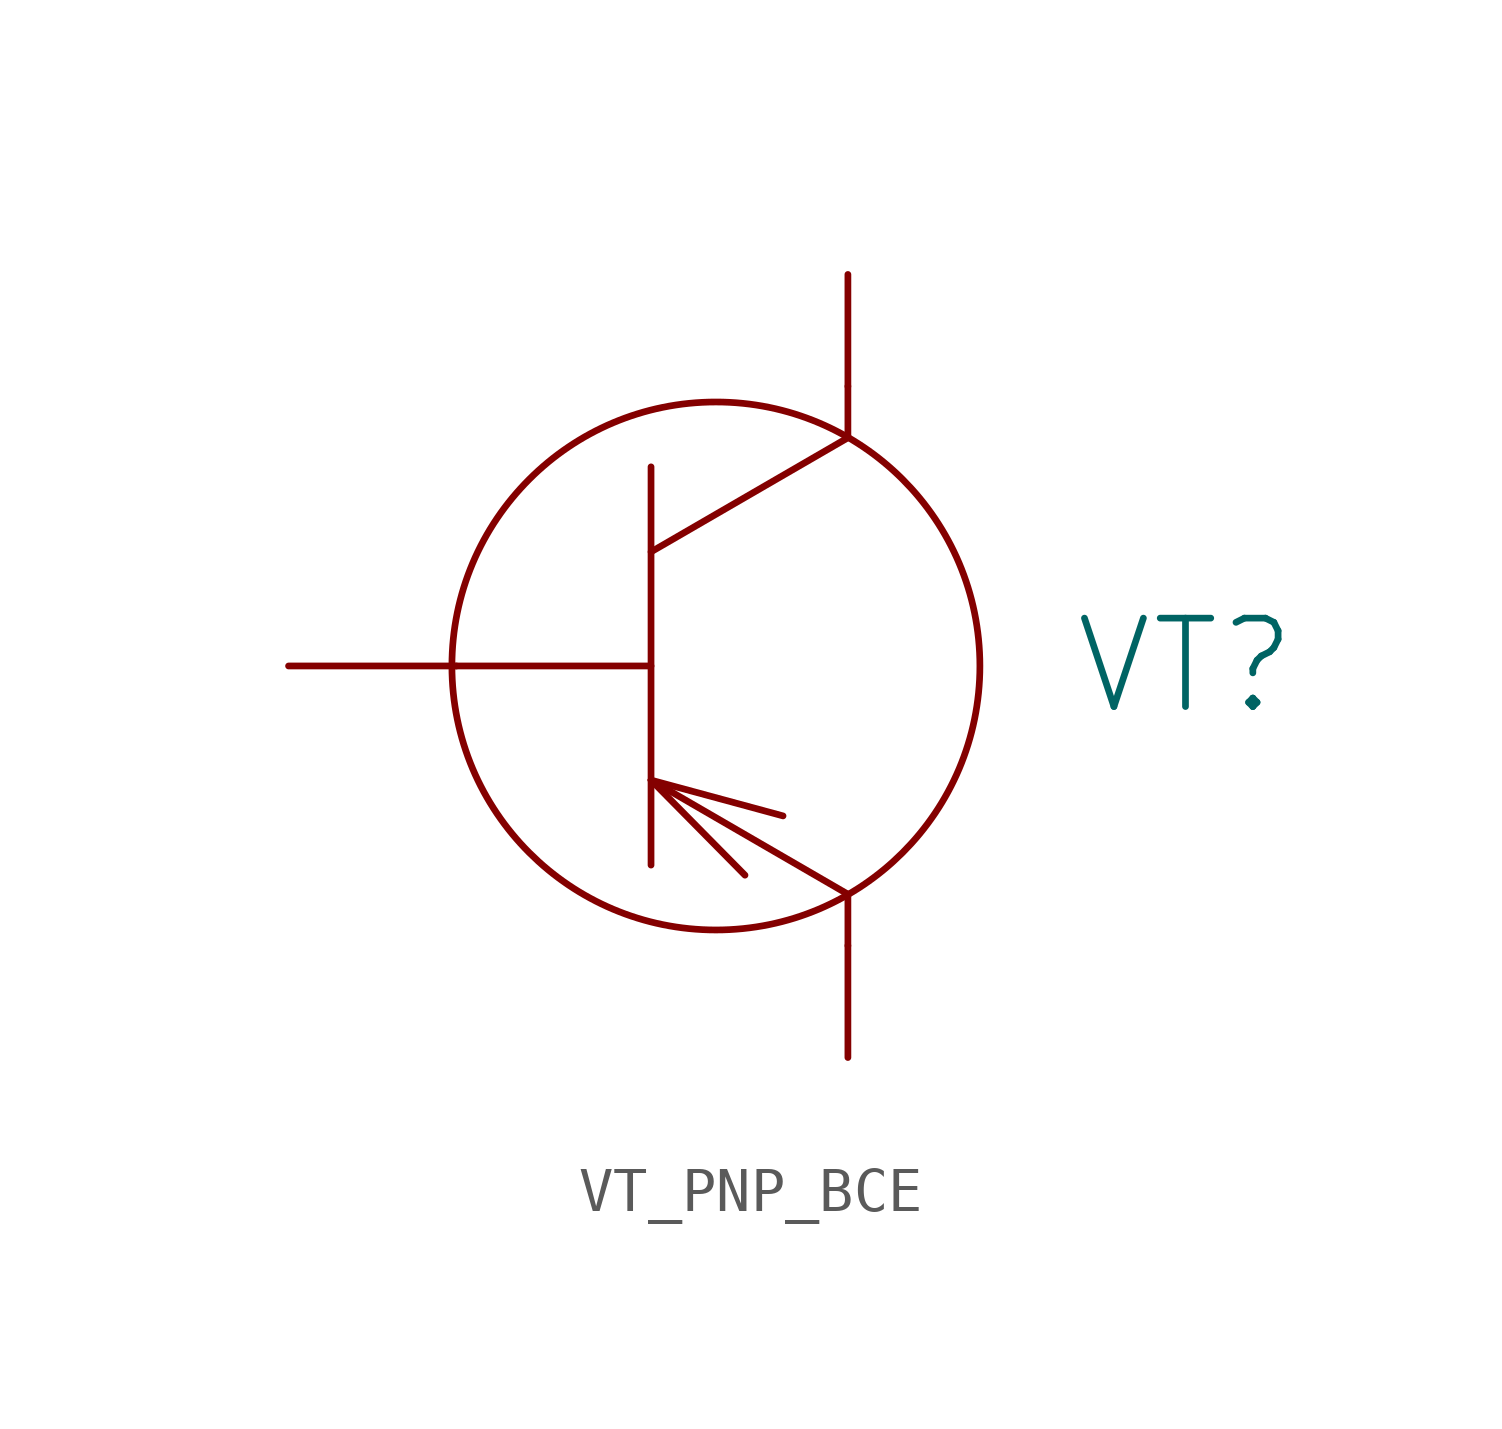
<source format=kicad_sym>
(kicad_symbol_lib
  (version 20231120)
  (generator "kicad_symbol_editor")
  (generator_version "8.0")
  (symbol "VT_PNP_BCE"
    (pin_numbers hide)
    (pin_names
      (offset 0) hide)
    (property "Reference" "VT"
      (at 8.89 0 0)
      (effects (font (size 2.007 2.007)) (justify left)))
    (symbol "VT_PNP_BCE_0_1"
      (polyline (pts (xy -5.08 0) (xy -0.66 0)) (stroke (width 0) (type solid)) (fill (type none)))
      (polyline (pts (xy -0.66 -2.591) (xy 1.473 -4.75)) (stroke (width 0) (type solid)) (fill (type none)))
      (polyline (pts (xy -0.66 -2.591) (xy 2.337 -3.404)) (stroke (width 0) (type solid)) (fill (type none)))
      (polyline (pts (xy -0.66 -2.591) (xy 3.81 -5.182)) (stroke (width 0) (type solid)) (fill (type none)))
      (polyline (pts (xy -0.66 2.591) (xy 3.81 5.182)) (stroke (width 0) (type solid)) (fill (type none)))
      (polyline (pts (xy -0.66 4.521) (xy -0.66 -4.521)) (stroke (width 0) (type solid)) (fill (type none)))
      (polyline (pts (xy 3.81 -6.35) (xy 3.81 -5.182)) (stroke (width 0) (type solid)) (fill (type none)))
      (polyline (pts (xy 3.81 6.35) (xy 3.81 5.182)) (stroke (width 0) (type solid)) (fill (type none)))
      (circle (center 0.813 0) (radius 5.994) (stroke (width 0) (type solid)) (fill (type none))))
    (symbol "VT_PNP_BCE_1_1"
      (pin passive line (at -8.89 0 0) (length 3.81) (name "B" (effects (font (size 2.007 2.007)))) (number "1" (effects (font (size 2.007 2.007)))))
      (pin passive line (at 3.81 8.89 270) (length 2.54) (name "C" (effects (font (size 2.007 2.007)))) (number "2" (effects (font (size 2.007 2.007)))))
      (pin passive line (at 3.81 -8.89 90) (length 2.54) (name "E" (effects (font (size 2.007 2.007)))) (number "3" (effects (font (size 2.007 2.007))))))))
</source>
